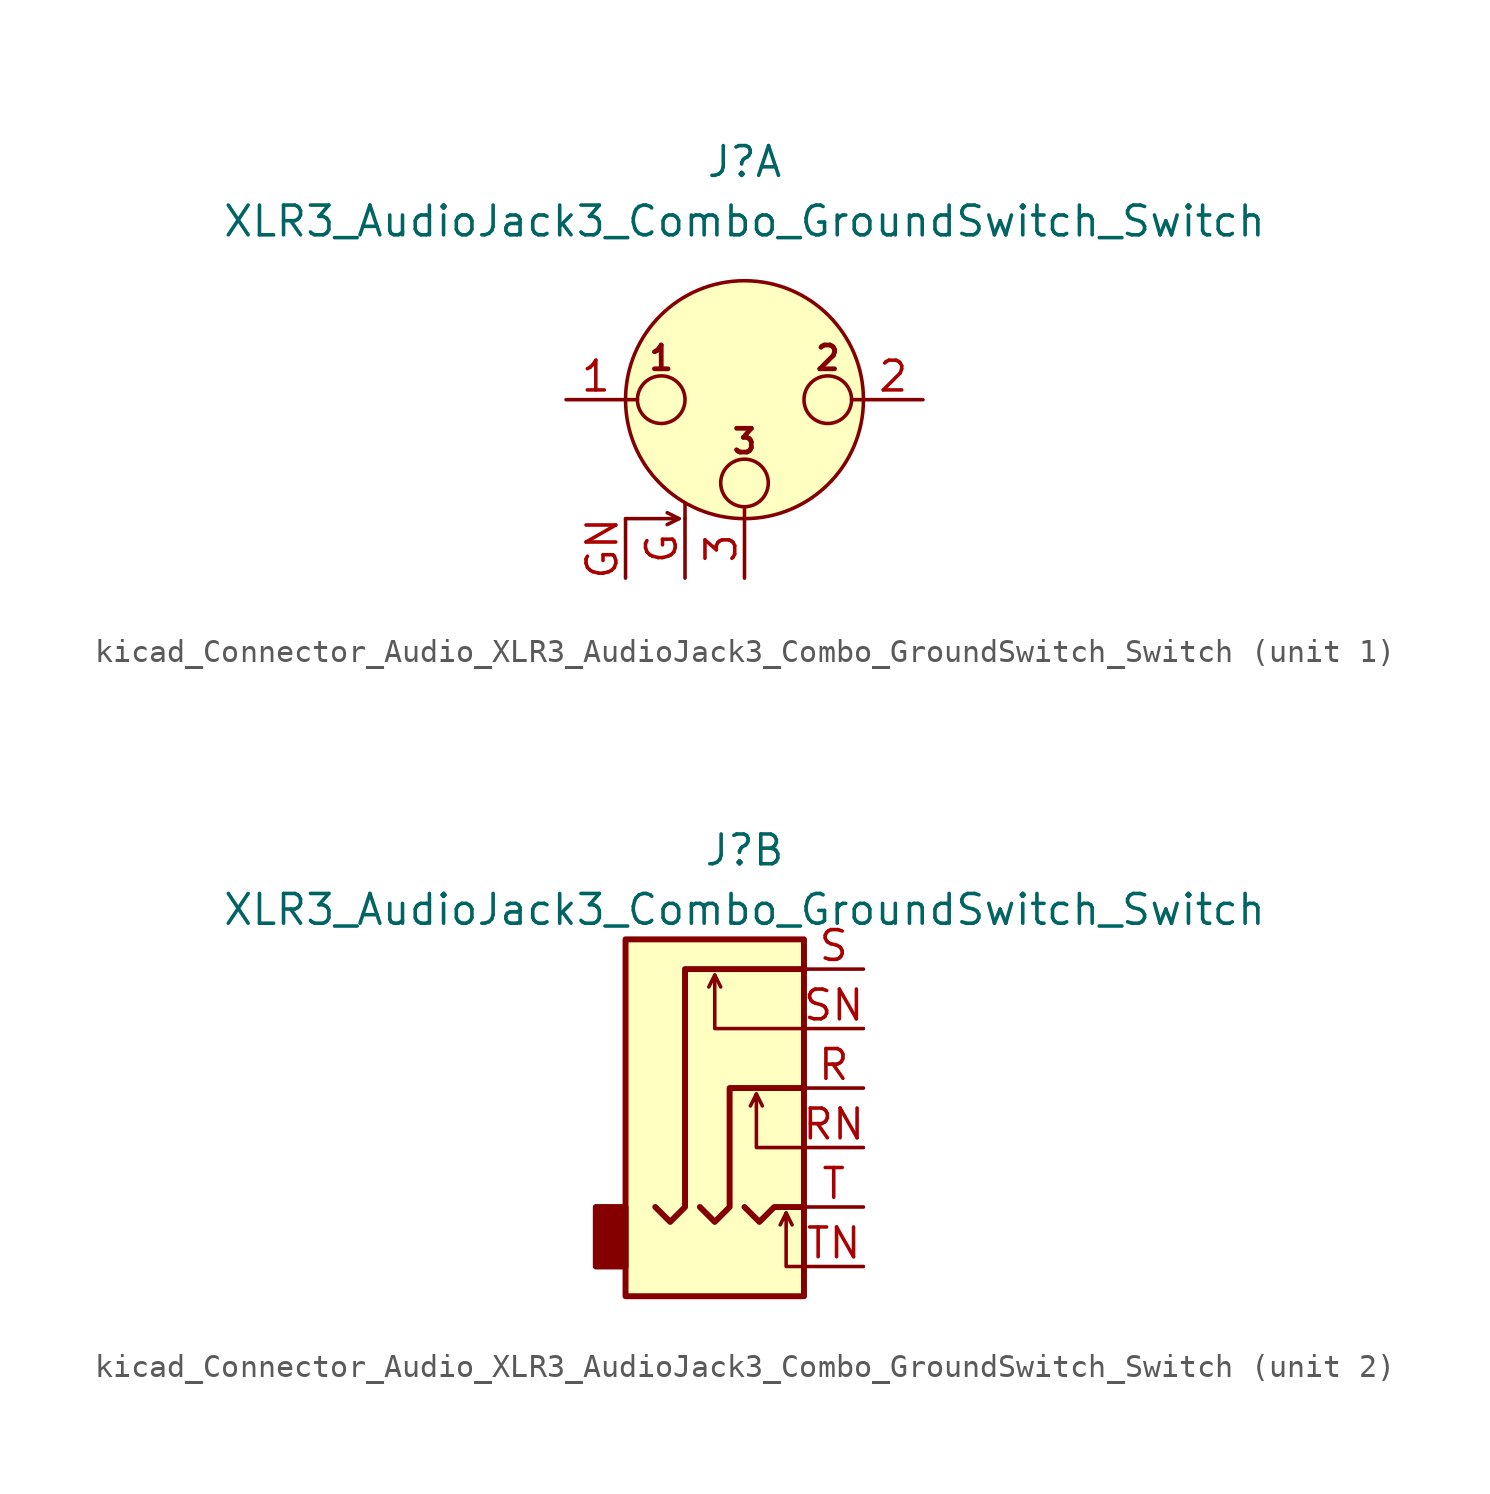
<source format=kicad_sym>
(kicad_symbol_lib
  (version 20220914)
  (generator kicad_symbol_editor)
  (symbol "kicad_Connector_Audio_XLR3_AudioJack3_Combo_GroundSwitch_Switch"
    (pin_names hide)
    (property "Reference" "J"
      (at 0 10.16 0)
      (effects (font (size 1.27 1.27))))
    (property "Value" "XLR3_AudioJack3_Combo_GroundSwitch_Switch"
      (at 0 7.62 0)
      (effects (font (size 1.27 1.27))))
    (symbol "kicad_Connector_Audio_XLR3_AudioJack3_Combo_GroundSwitch_Switch_1_1"
      (circle (center -3.556 0) (radius 1.016) (stroke (width 0) (type default)) (fill (type none)))
      (circle (center 0 -3.556) (radius 1.016) (stroke (width 0) (type default)) (fill (type none)))
      (polyline (pts (xy -5.08 0) (xy -4.572 0)) (stroke (width 0) (type default)) (fill (type none)))
      (polyline (pts (xy -2.794 -5.08) (xy -3.302 -5.334)) (stroke (width 0) (type default)) (fill (type none)))
      (polyline (pts (xy -2.54 -5.08) (xy -2.54 -4.445)) (stroke (width 0) (type default)) (fill (type none)))
      (polyline (pts (xy 0 -5.08) (xy 0 -4.572)) (stroke (width 0) (type default)) (fill (type none)))
      (polyline (pts (xy 5.08 0) (xy 4.572 0)) (stroke (width 0) (type default)) (fill (type none)))
      (polyline (pts (xy -5.08 -5.08) (xy -2.794 -5.08) (xy -3.302 -4.826)) (stroke (width 0) (type default)) (fill (type none)))
      (circle (center 0 0) (radius 5.08) (stroke (width 0) (type default)) (fill (type background)))
      (circle (center 3.556 0) (radius 1.016) (stroke (width 0) (type default)) (fill (type none)))
      (text "1" (at -3.556 1.778 0) (effects (font (size 1.016 1.016) bold)))
      (text "2" (at 3.556 1.778 0) (effects (font (size 1.016 1.016) bold)))
      (text "3" (at 0 -1.778 0) (effects (font (size 1.016 1.016) bold)))
      (pin passive line (at -7.62 0 0) (length 2.54) (name "~" (effects (font (size 1.27 1.27)))) (number "1" (effects (font (size 1.27 1.27)))))
      (pin passive line (at 7.62 0 180) (length 2.54) (name "~" (effects (font (size 1.27 1.27)))) (number "2" (effects (font (size 1.27 1.27)))))
      (pin passive line (at 0 -7.62 90) (length 2.54) (name "~" (effects (font (size 1.27 1.27)))) (number "3" (effects (font (size 1.27 1.27)))))
      (pin passive line (at -2.54 -7.62 90) (length 2.54) (name "~" (effects (font (size 1.27 1.27)))) (number "G" (effects (font (size 1.27 1.27)))))
      (pin passive line (at -5.08 -7.62 90) (length 2.54) (name "~" (effects (font (size 1.27 1.27)))) (number "GN" (effects (font (size 1.27 1.27))))))
    (symbol "kicad_Connector_Audio_XLR3_AudioJack3_Combo_GroundSwitch_Switch_2_1"
      (rectangle (start -5.08 -5.08) (end -6.35 -7.62) (stroke (width 0.254) (type default)) (fill (type outline)))
      (polyline (pts (xy -1.27 4.826) (xy -1.016 4.318)) (stroke (width 0) (type default)) (fill (type none)))
      (polyline (pts (xy 0.508 -0.254) (xy 0.762 -0.762)) (stroke (width 0) (type default)) (fill (type none)))
      (polyline (pts (xy 1.778 -5.334) (xy 2.032 -5.842)) (stroke (width 0) (type default)) (fill (type none)))
      (polyline (pts (xy 0 -5.08) (xy 0.635 -5.715) (xy 1.27 -5.08) (xy 2.54 -5.08)) (stroke (width 0.254) (type default)) (fill (type none)))
      (polyline (pts (xy 2.54 -7.62) (xy 1.778 -7.62) (xy 1.778 -5.334) (xy 1.524 -5.842)) (stroke (width 0) (type default)) (fill (type none)))
      (polyline (pts (xy 2.54 -2.54) (xy 0.508 -2.54) (xy 0.508 -0.254) (xy 0.254 -0.762)) (stroke (width 0) (type default)) (fill (type none)))
      (polyline (pts (xy 2.54 2.54) (xy -1.27 2.54) (xy -1.27 4.826) (xy -1.524 4.318)) (stroke (width 0) (type default)) (fill (type none)))
      (polyline (pts (xy -1.905 -5.08) (xy -1.27 -5.715) (xy -0.635 -5.08) (xy -0.635 0) (xy 2.54 0)) (stroke (width 0.254) (type default)) (fill (type none)))
      (polyline (pts (xy 2.54 5.08) (xy -2.54 5.08) (xy -2.54 -5.08) (xy -3.175 -5.715) (xy -3.81 -5.08)) (stroke (width 0.254) (type default)) (fill (type none)))
      (rectangle (start 2.54 6.35) (end -5.08 -8.89) (stroke (width 0.254) (type default)) (fill (type background)))
      (pin passive line (at 5.08 0 180) (length 2.54) (name "~" (effects (font (size 1.27 1.27)))) (number "R" (effects (font (size 1.27 1.27)))))
      (pin passive line (at 5.08 -2.54 180) (length 2.54) (name "~" (effects (font (size 1.27 1.27)))) (number "RN" (effects (font (size 1.27 1.27)))))
      (pin passive line (at 5.08 5.08 180) (length 2.54) (name "~" (effects (font (size 1.27 1.27)))) (number "S" (effects (font (size 1.27 1.27)))))
      (pin passive line (at 5.08 2.54 180) (length 2.54) (name "~" (effects (font (size 1.27 1.27)))) (number "SN" (effects (font (size 1.27 1.27)))))
      (pin passive line (at 5.08 -5.08 180) (length 2.54) (name "~" (effects (font (size 1.27 1.27)))) (number "T" (effects (font (size 1.27 1.27)))))
      (pin passive line (at 5.08 -7.62 180) (length 2.54) (name "~" (effects (font (size 1.27 1.27)))) (number "TN" (effects (font (size 1.27 1.27))))))))
</source>
